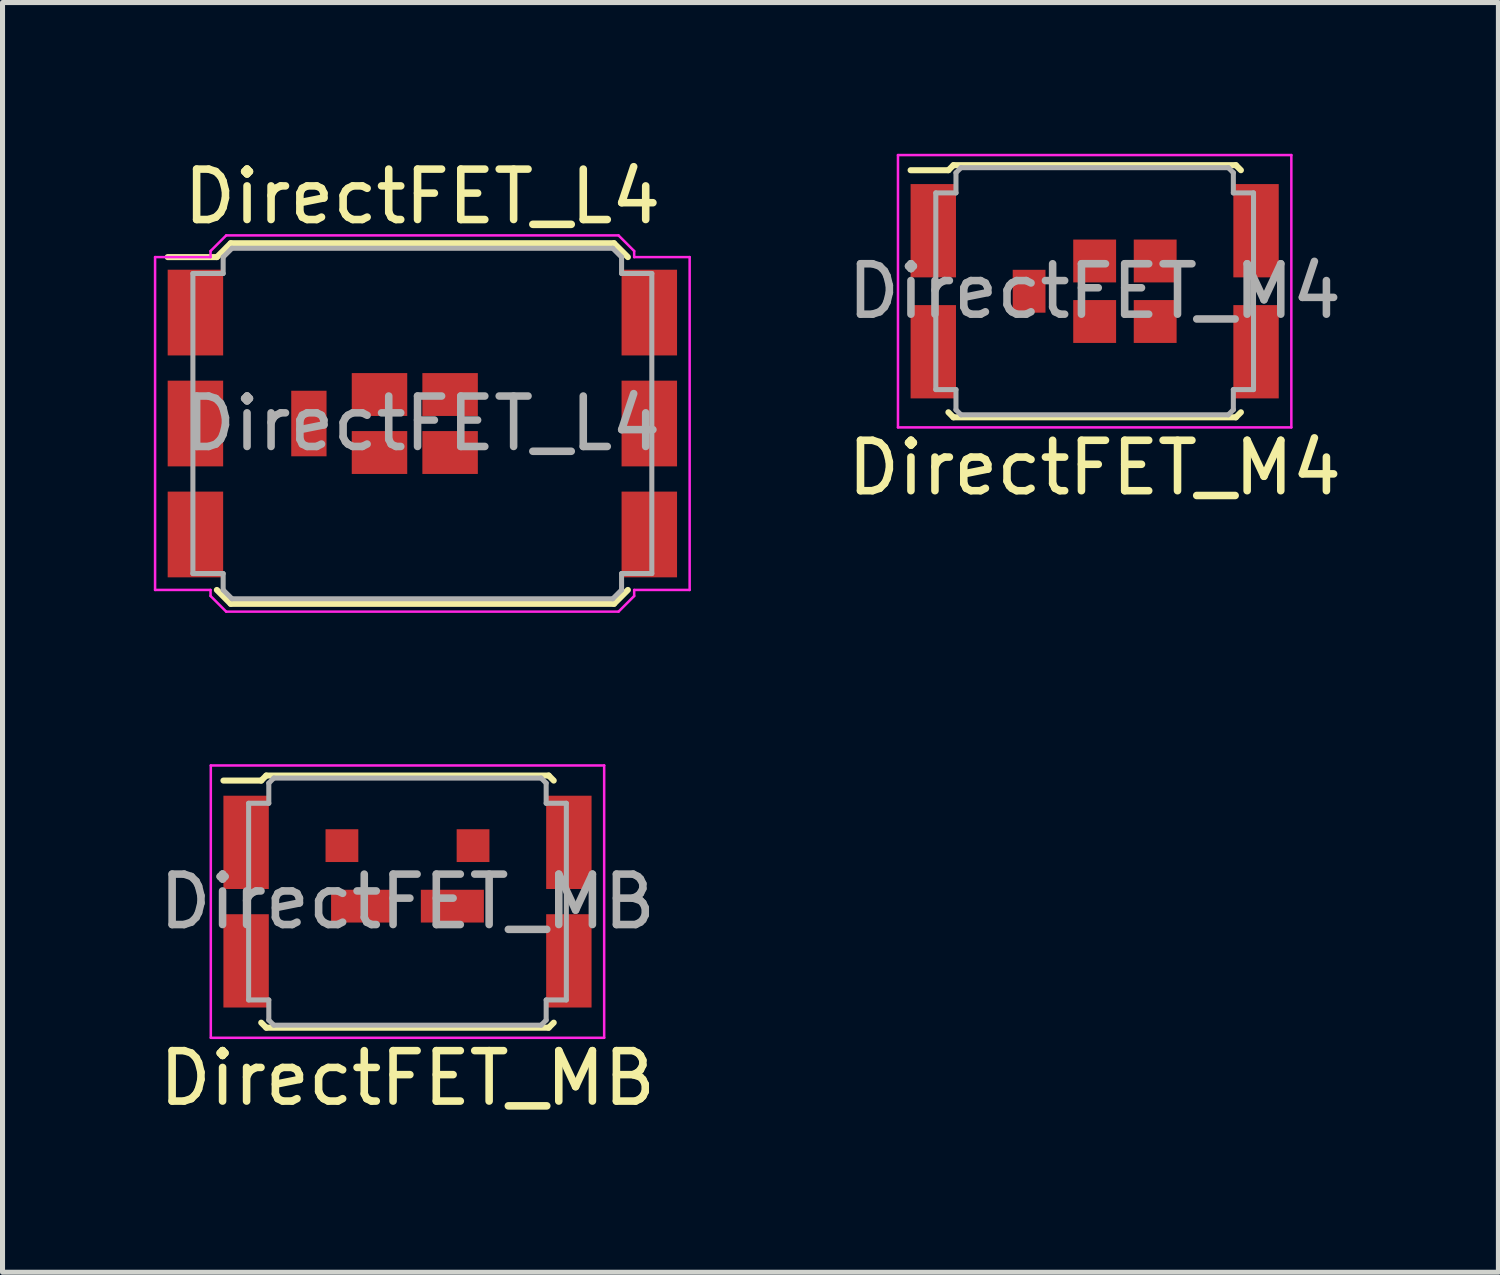
<source format=kicad_pcb>
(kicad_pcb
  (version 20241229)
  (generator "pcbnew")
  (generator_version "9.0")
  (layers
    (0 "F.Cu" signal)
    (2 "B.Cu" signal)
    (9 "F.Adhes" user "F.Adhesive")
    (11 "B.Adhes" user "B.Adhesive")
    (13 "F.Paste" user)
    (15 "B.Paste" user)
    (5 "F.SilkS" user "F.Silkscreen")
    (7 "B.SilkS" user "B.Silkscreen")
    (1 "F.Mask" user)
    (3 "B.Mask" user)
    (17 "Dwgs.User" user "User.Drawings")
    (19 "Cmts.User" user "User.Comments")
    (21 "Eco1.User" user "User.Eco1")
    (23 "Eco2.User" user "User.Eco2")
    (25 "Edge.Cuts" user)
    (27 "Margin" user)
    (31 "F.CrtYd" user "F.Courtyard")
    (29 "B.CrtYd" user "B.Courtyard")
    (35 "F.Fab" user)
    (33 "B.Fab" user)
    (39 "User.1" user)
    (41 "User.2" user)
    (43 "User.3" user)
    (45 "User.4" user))
  (footprint "DirectFET_M4"
    (layer "F.Cu")
    (at 18.656 2.725)
    (property "Reference" "DirectFET_M4" (at 0 3.5 0) (layer "F.SilkS") (effects (font (size 1 1) (thickness 0.15))))
    (attr smd)
    (fp_line (start -3.65 -2.4) (end -2.9 -2.4) (stroke (width 0.12) (type solid)) (layer "F.SilkS"))
    (fp_line (start -2.9 -2.4) (end -2.8 -2.5) (stroke (width 0.12) (type solid)) (layer "F.SilkS"))
    (fp_line (start -2.8 -2.5) (end 2.8 -2.5) (stroke (width 0.12) (type solid)) (layer "F.SilkS"))
    (fp_line (start -2.8 2.5) (end -2.9 2.4) (stroke (width 0.12) (type solid)) (layer "F.SilkS"))
    (fp_line (start 2.8 -2.5) (end 2.9 -2.4) (stroke (width 0.12) (type solid)) (layer "F.SilkS"))
    (fp_line (start 2.8 2.5) (end -2.8 2.5) (stroke (width 0.12) (type solid)) (layer "F.SilkS"))
    (fp_line (start 2.9 2.4) (end 2.8 2.5) (stroke (width 0.12) (type solid)) (layer "F.SilkS"))
    (fp_line (start -3.9 -2.7) (end -3.9 2.7) (stroke (width 0.05) (type solid)) (layer "F.CrtYd"))
    (fp_line (start -3.9 2.7) (end 3.9 2.7) (stroke (width 0.05) (type solid)) (layer "F.CrtYd"))
    (fp_line (start 3.9 -2.7) (end -3.9 -2.7) (stroke (width 0.05) (type solid)) (layer "F.CrtYd"))
    (fp_line (start 3.9 2.7) (end 3.9 -2.7) (stroke (width 0.05) (type solid)) (layer "F.CrtYd"))
    (fp_line (start -3.15 -1.95) (end -2.75 -1.95) (stroke (width 0.1) (type solid)) (layer "F.Fab"))
    (fp_line (start -3.15 1.95) (end -3.15 -1.95) (stroke (width 0.1) (type solid)) (layer "F.Fab"))
    (fp_line (start -3.15 1.95) (end -2.75 1.95) (stroke (width 0.1) (type solid)) (layer "F.Fab"))
    (fp_line (start -2.75 -2.35) (end -2.65 -2.45) (stroke (width 0.1) (type solid)) (layer "F.Fab"))
    (fp_line (start -2.75 -1.95) (end -2.75 -2.35) (stroke (width 0.1) (type solid)) (layer "F.Fab"))
    (fp_line (start -2.75 1.95) (end -2.75 2.35) (stroke (width 0.1) (type solid)) (layer "F.Fab"))
    (fp_line (start -2.75 2.35) (end -2.65 2.45) (stroke (width 0.1) (type solid)) (layer "F.Fab"))
    (fp_line (start -2.65 2.45) (end 2.65 2.45) (stroke (width 0.1) (type solid)) (layer "F.Fab"))
    (fp_line (start 2.65 -2.45) (end -2.65 -2.45) (stroke (width 0.1) (type solid)) (layer "F.Fab"))
    (fp_line (start 2.65 -2.45) (end 2.75 -2.35) (stroke (width 0.1) (type solid)) (layer "F.Fab"))
    (fp_line (start 2.75 -2.35) (end 2.75 -1.95) (stroke (width 0.1) (type solid)) (layer "F.Fab"))
    (fp_line (start 2.75 -1.95) (end 3.15 -1.95) (stroke (width 0.1) (type solid)) (layer "F.Fab"))
    (fp_line (start 2.75 1.95) (end 2.75 2.35) (stroke (width 0.1) (type solid)) (layer "F.Fab"))
    (fp_line (start 2.75 2.35) (end 2.65 2.45) (stroke (width 0.1) (type solid)) (layer "F.Fab"))
    (fp_line (start 3.15 -1.95) (end 3.15 1.95) (stroke (width 0.1) (type solid)) (layer "F.Fab"))
    (fp_line (start 3.15 1.95) (end 2.75 1.95) (stroke (width 0.1) (type solid)) (layer "F.Fab"))
    (fp_text user "${REFERENCE}" (at 0 0 0) (layer "F.Fab") (effects (font (size 1 1) (thickness 0.15))))
    (pad "1" smd rect (at -3.2 -1.2) (size 0.9 1.85) (layers "F.Cu" "F.Mask" "F.Paste"))
    (pad "1" smd rect (at -3.2 1.2) (size 0.9 1.85) (layers "F.Cu" "F.Mask" "F.Paste"))
    (pad "1" smd rect (at 3.2 -1.2) (size 0.9 1.85) (layers "F.Cu" "F.Mask" "F.Paste"))
    (pad "1" smd rect (at 3.2 1.2) (size 0.9 1.85) (layers "F.Cu" "F.Mask" "F.Paste"))
    (pad "2" smd rect (at -1.3 0) (size 0.65 0.85) (layers "F.Cu" "F.Mask" "F.Paste"))
    (pad "3" smd rect (at 0 -0.6) (size 0.85 0.85) (layers "F.Cu" "F.Mask" "F.Paste"))
    (pad "3" smd rect (at 0 0.6) (size 0.85 0.85) (layers "F.Cu" "F.Mask" "F.Paste"))
    (pad "3" smd rect (at 1.2 -0.6) (size 0.85 0.85) (layers "F.Cu" "F.Mask" "F.Paste"))
    (pad "3" smd rect (at 1.2 0.6) (size 0.85 0.85) (layers "F.Cu" "F.Mask" "F.Paste")))
  (footprint "DirectFET_MB"
    (layer "F.Cu")
    (at 5.03 14.828)
    (property "Reference" "DirectFET_MB" (at 0 3.5 0) (layer "F.SilkS") (effects (font (size 1 1) (thickness 0.15))))
    (attr smd)
    (fp_line (start -3.65 -2.4) (end -2.9 -2.4) (stroke (width 0.12) (type solid)) (layer "F.SilkS"))
    (fp_line (start -2.9 -2.4) (end -2.8 -2.5) (stroke (width 0.12) (type solid)) (layer "F.SilkS"))
    (fp_line (start -2.8 -2.5) (end 2.8 -2.5) (stroke (width 0.12) (type solid)) (layer "F.SilkS"))
    (fp_line (start -2.8 2.5) (end -2.9 2.4) (stroke (width 0.12) (type solid)) (layer "F.SilkS"))
    (fp_line (start 2.8 -2.5) (end 2.9 -2.4) (stroke (width 0.12) (type solid)) (layer "F.SilkS"))
    (fp_line (start 2.8 2.5) (end -2.8 2.5) (stroke (width 0.12) (type solid)) (layer "F.SilkS"))
    (fp_line (start 2.9 2.4) (end 2.8 2.5) (stroke (width 0.12) (type solid)) (layer "F.SilkS"))
    (fp_line (start -3.9 -2.7) (end -3.9 2.7) (stroke (width 0.05) (type solid)) (layer "F.CrtYd"))
    (fp_line (start -3.9 2.7) (end 3.9 2.7) (stroke (width 0.05) (type solid)) (layer "F.CrtYd"))
    (fp_line (start 3.9 -2.7) (end -3.9 -2.7) (stroke (width 0.05) (type solid)) (layer "F.CrtYd"))
    (fp_line (start 3.9 2.7) (end 3.9 -2.7) (stroke (width 0.05) (type solid)) (layer "F.CrtYd"))
    (fp_line (start -3.15 -1.95) (end -2.75 -1.95) (stroke (width 0.1) (type solid)) (layer "F.Fab"))
    (fp_line (start -3.15 1.95) (end -3.15 -1.95) (stroke (width 0.1) (type solid)) (layer "F.Fab"))
    (fp_line (start -3.15 1.95) (end -2.75 1.95) (stroke (width 0.1) (type solid)) (layer "F.Fab"))
    (fp_line (start -2.75 -2.35) (end -2.65 -2.45) (stroke (width 0.1) (type solid)) (layer "F.Fab"))
    (fp_line (start -2.75 -1.95) (end -2.75 -2.35) (stroke (width 0.1) (type solid)) (layer "F.Fab"))
    (fp_line (start -2.75 1.95) (end -2.75 2.35) (stroke (width 0.1) (type solid)) (layer "F.Fab"))
    (fp_line (start -2.75 2.35) (end -2.65 2.45) (stroke (width 0.1) (type solid)) (layer "F.Fab"))
    (fp_line (start -2.65 2.45) (end 2.65 2.45) (stroke (width 0.1) (type solid)) (layer "F.Fab"))
    (fp_line (start 2.65 -2.45) (end -2.65 -2.45) (stroke (width 0.1) (type solid)) (layer "F.Fab"))
    (fp_line (start 2.65 -2.45) (end 2.75 -2.35) (stroke (width 0.1) (type solid)) (layer "F.Fab"))
    (fp_line (start 2.75 -2.35) (end 2.75 -1.95) (stroke (width 0.1) (type solid)) (layer "F.Fab"))
    (fp_line (start 2.75 -1.95) (end 3.15 -1.95) (stroke (width 0.1) (type solid)) (layer "F.Fab"))
    (fp_line (start 2.75 1.95) (end 2.75 2.35) (stroke (width 0.1) (type solid)) (layer "F.Fab"))
    (fp_line (start 2.75 2.35) (end 2.65 2.45) (stroke (width 0.1) (type solid)) (layer "F.Fab"))
    (fp_line (start 3.15 -1.95) (end 3.15 1.95) (stroke (width 0.1) (type solid)) (layer "F.Fab"))
    (fp_line (start 3.15 1.95) (end 2.75 1.95) (stroke (width 0.1) (type solid)) (layer "F.Fab"))
    (fp_text user "${REFERENCE}" (at 0 0 0) (layer "F.Fab") (effects (font (size 1 1) (thickness 0.15))))
    (pad "1" smd rect (at -3.2 -1.175) (size 0.9 1.85) (layers "F.Cu" "F.Mask" "F.Paste"))
    (pad "1" smd rect (at -3.2 1.175) (size 0.9 1.85) (layers "F.Cu" "F.Mask" "F.Paste"))
    (pad "1" smd rect (at 3.2 -1.175) (size 0.9 1.85) (layers "F.Cu" "F.Mask" "F.Paste"))
    (pad "1" smd rect (at 3.2 1.175) (size 0.9 1.85) (layers "F.Cu" "F.Mask" "F.Paste"))
    (pad "2" smd rect (at -1.3 -1.11) (size 0.65 0.65) (layers "F.Cu" "F.Mask" "F.Paste"))
    (pad "2" smd rect (at 1.3 -1.11) (size 0.65 0.65) (layers "F.Cu" "F.Mask" "F.Paste"))
    (pad "3" smd rect (at -0.89 0.09) (size 1.25 0.65) (layers "F.Cu" "F.Mask" "F.Paste"))
    (pad "3" smd rect (at 0.89 0.09) (size 1.25 0.65) (layers "F.Cu" "F.Mask" "F.Paste")))
  (footprint "DirectFET_L4"
    (layer "F.Cu")
    (at 5.325 5.348)
    (property "Reference" "DirectFET_L4" (at 0 -4.5 0) (layer "F.SilkS") (effects (font (size 1 1) (thickness 0.15))))
    (attr smd)
    (fp_line (start -5.05 -3.3) (end -4.075 -3.3) (stroke (width 0.12) (type solid)) (layer "F.SilkS"))
    (fp_line (start -4.075 -3.3) (end -3.8 -3.575) (stroke (width 0.12) (type solid)) (layer "F.SilkS"))
    (fp_line (start -4.075 3.3) (end -3.8 3.575) (stroke (width 0.12) (type solid)) (layer "F.SilkS"))
    (fp_line (start 3.8 -3.575) (end -3.8 -3.575) (stroke (width 0.12) (type solid)) (layer "F.SilkS"))
    (fp_line (start 3.8 3.575) (end -3.8 3.575) (stroke (width 0.12) (type solid)) (layer "F.SilkS"))
    (fp_line (start 4.075 -3.3) (end 3.8 -3.575) (stroke (width 0.12) (type solid)) (layer "F.SilkS"))
    (fp_line (start 4.075 3.3) (end 3.8 3.575) (stroke (width 0.12) (type solid)) (layer "F.SilkS"))
    (fp_line (start -5.3 -3.3) (end -5.3 3.3) (stroke (width 0.05) (type solid)) (layer "F.CrtYd"))
    (fp_line (start -4.2 -3.42) (end -3.89 -3.73) (stroke (width 0.05) (type solid)) (layer "F.CrtYd"))
    (fp_line (start -4.2 -3.3) (end -5.3 -3.3) (stroke (width 0.05) (type solid)) (layer "F.CrtYd"))
    (fp_line (start -4.2 -3.3) (end -4.2 -3.42) (stroke (width 0.05) (type solid)) (layer "F.CrtYd"))
    (fp_line (start -4.2 3.3) (end -5.3 3.3) (stroke (width 0.05) (type solid)) (layer "F.CrtYd"))
    (fp_line (start -4.2 3.3) (end -4.2 3.42) (stroke (width 0.05) (type solid)) (layer "F.CrtYd"))
    (fp_line (start -4.2 3.42) (end -3.89 3.73) (stroke (width 0.05) (type solid)) (layer "F.CrtYd"))
    (fp_line (start 3.89 -3.73) (end -3.89 -3.73) (stroke (width 0.05) (type solid)) (layer "F.CrtYd"))
    (fp_line (start 3.89 3.73) (end -3.89 3.73) (stroke (width 0.05) (type solid)) (layer "F.CrtYd"))
    (fp_line (start 4.2 -3.42) (end 3.89 -3.73) (stroke (width 0.05) (type solid)) (layer "F.CrtYd"))
    (fp_line (start 4.2 -3.3) (end 4.2 -3.42) (stroke (width 0.05) (type solid)) (layer "F.CrtYd"))
    (fp_line (start 4.2 -3.3) (end 5.3 -3.3) (stroke (width 0.05) (type solid)) (layer "F.CrtYd"))
    (fp_line (start 4.2 3.3) (end 4.2 3.42) (stroke (width 0.05) (type solid)) (layer "F.CrtYd"))
    (fp_line (start 4.2 3.3) (end 5.3 3.3) (stroke (width 0.05) (type solid)) (layer "F.CrtYd"))
    (fp_line (start 4.2 3.42) (end 3.89 3.73) (stroke (width 0.05) (type solid)) (layer "F.CrtYd"))
    (fp_line (start 5.3 -3.3) (end 5.3 3.3) (stroke (width 0.05) (type solid)) (layer "F.CrtYd"))
    (fp_line (start -4.55 -2.975) (end -4.55 2.975) (stroke (width 0.1) (type solid)) (layer "F.Fab"))
    (fp_line (start -4.55 -2.975) (end -3.95 -2.975) (stroke (width 0.1) (type solid)) (layer "F.Fab"))
    (fp_line (start -4.55 2.975) (end -3.95 2.975) (stroke (width 0.1) (type solid)) (layer "F.Fab"))
    (fp_line (start -3.95 -3.3) (end -3.775 -3.475) (stroke (width 0.1) (type solid)) (layer "F.Fab"))
    (fp_line (start -3.95 -2.975) (end -3.95 -3.3) (stroke (width 0.1) (type solid)) (layer "F.Fab"))
    (fp_line (start -3.95 2.975) (end -3.95 3.3) (stroke (width 0.1) (type solid)) (layer "F.Fab"))
    (fp_line (start -3.95 3.3) (end -3.775 3.475) (stroke (width 0.1) (type solid)) (layer "F.Fab"))
    (fp_line (start 3.775 -3.475) (end -3.775 -3.475) (stroke (width 0.1) (type solid)) (layer "F.Fab"))
    (fp_line (start 3.775 3.475) (end -3.775 3.475) (stroke (width 0.1) (type solid)) (layer "F.Fab"))
    (fp_line (start 3.95 -3.3) (end 3.775 -3.475) (stroke (width 0.1) (type solid)) (layer "F.Fab"))
    (fp_line (start 3.95 -2.975) (end 3.95 -3.3) (stroke (width 0.1) (type solid)) (layer "F.Fab"))
    (fp_line (start 3.95 2.975) (end 3.95 3.3) (stroke (width 0.1) (type solid)) (layer "F.Fab"))
    (fp_line (start 3.95 3.3) (end 3.775 3.475) (stroke (width 0.1) (type solid)) (layer "F.Fab"))
    (fp_line (start 4.55 -2.975) (end 3.95 -2.975) (stroke (width 0.1) (type solid)) (layer "F.Fab"))
    (fp_line (start 4.55 -2.975) (end 4.55 2.975) (stroke (width 0.1) (type solid)) (layer "F.Fab"))
    (fp_line (start 4.55 2.975) (end 3.95 2.975) (stroke (width 0.1) (type solid)) (layer "F.Fab"))
    (fp_text user "${REFERENCE}" (at 0 0 0) (layer "F.Fab") (effects (font (size 1 1) (thickness 0.15))))
    (pad "1" smd rect (at -4.5 -2.2) (size 1.1 1.7) (layers "F.Cu" "F.Mask" "F.Paste"))
    (pad "1" smd rect (at -4.5 0) (size 1.1 1.7) (layers "F.Cu" "F.Mask" "F.Paste"))
    (pad "1" smd rect (at -4.5 2.2) (size 1.1 1.7) (layers "F.Cu" "F.Mask" "F.Paste"))
    (pad "1" smd rect (at 4.5 -2.2) (size 1.1 1.7) (layers "F.Cu" "F.Mask" "F.Paste"))
    (pad "1" smd rect (at 4.5 0) (size 1.1 1.7) (layers "F.Cu" "F.Mask" "F.Paste"))
    (pad "1" smd rect (at 4.5 2.2) (size 1.1 1.7) (layers "F.Cu" "F.Mask" "F.Paste"))
    (pad "2" smd rect (at -2.25 0) (size 0.7 1.3) (layers "F.Cu" "F.Mask" "F.Paste"))
    (pad "3" smd rect (at -0.85 -0.575) (size 1.1 0.85) (layers "F.Cu" "F.Mask" "F.Paste"))
    (pad "3" smd rect (at -0.85 0.575) (size 1.1 0.85) (layers "F.Cu" "F.Mask" "F.Paste"))
    (pad "3" smd rect (at 0.55 -0.575) (size 1.1 0.85) (layers "F.Cu" "F.Mask" "F.Paste"))
    (pad "3" smd rect (at 0.55 0.575) (size 1.1 0.85) (layers "F.Cu" "F.Mask" "F.Paste")))
  (gr_rect
    (start -3 -3)
    (end 26.662 22.177)
    (stroke (width 0.1) (type default))
    (fill no)
    (layer "Edge.Cuts")))
</source>
